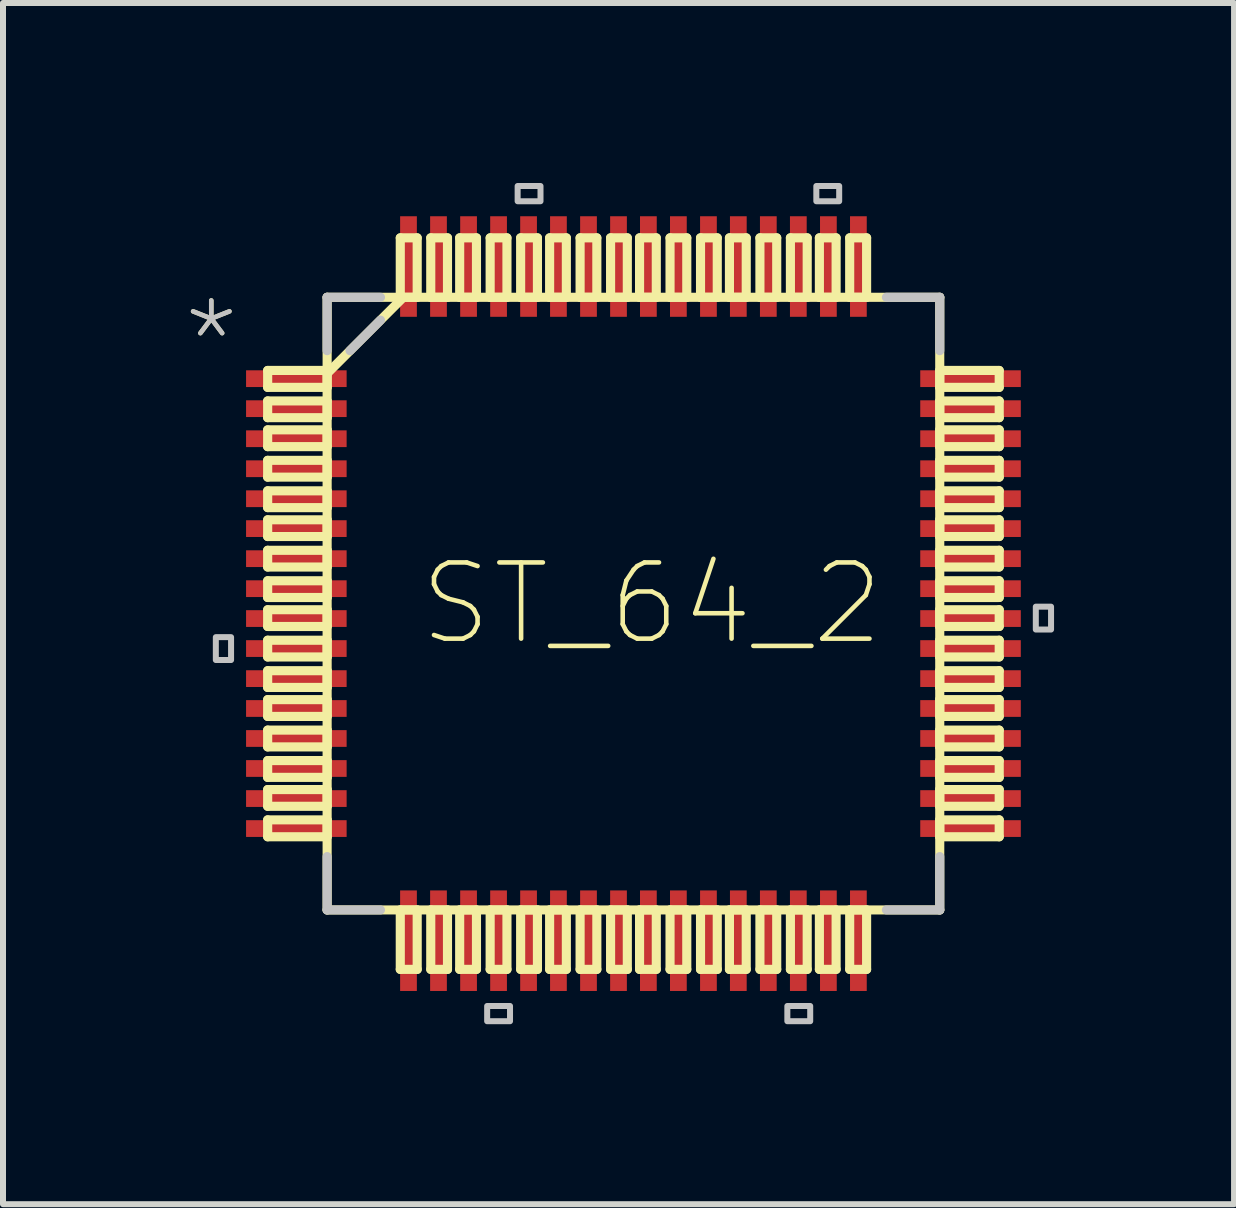
<source format=kicad_pcb>
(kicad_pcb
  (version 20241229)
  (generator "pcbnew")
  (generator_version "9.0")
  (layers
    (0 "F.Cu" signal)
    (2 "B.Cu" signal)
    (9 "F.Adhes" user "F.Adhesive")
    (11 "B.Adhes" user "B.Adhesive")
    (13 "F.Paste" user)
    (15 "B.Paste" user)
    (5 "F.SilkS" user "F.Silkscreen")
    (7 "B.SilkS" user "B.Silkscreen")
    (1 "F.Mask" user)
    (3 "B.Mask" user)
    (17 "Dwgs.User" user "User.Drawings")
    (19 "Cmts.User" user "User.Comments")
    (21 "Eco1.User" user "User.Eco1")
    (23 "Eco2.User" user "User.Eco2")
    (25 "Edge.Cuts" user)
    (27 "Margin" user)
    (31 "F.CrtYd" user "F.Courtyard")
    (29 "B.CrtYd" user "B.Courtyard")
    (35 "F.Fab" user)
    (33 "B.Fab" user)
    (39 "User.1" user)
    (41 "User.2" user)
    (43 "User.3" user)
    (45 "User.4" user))
  (footprint "ST_64_2"
    (layer "F.Cu")
    (at 7.507 7.01)
    (property "Reference" "ST_64_2" (at 0.305 0 0) (layer "F.SilkS") (effects (font (size 1.27 1.27) (thickness 0.076))))
    (attr smd)
    (fp_line (start -6.096 -3.886) (end -6.096 -3.604) (stroke (width 0.152) (type solid)) (layer "F.SilkS"))
    (fp_line (start -6.096 -3.604) (end -5.105 -3.604) (stroke (width 0.152) (type solid)) (layer "F.SilkS"))
    (fp_line (start -6.096 -3.378) (end -6.096 -3.099) (stroke (width 0.152) (type solid)) (layer "F.SilkS"))
    (fp_line (start -6.096 -3.099) (end -5.105 -3.099) (stroke (width 0.152) (type solid)) (layer "F.SilkS"))
    (fp_line (start -6.096 -2.896) (end -6.096 -2.616) (stroke (width 0.152) (type solid)) (layer "F.SilkS"))
    (fp_line (start -6.096 -2.616) (end -5.105 -2.616) (stroke (width 0.152) (type solid)) (layer "F.SilkS"))
    (fp_line (start -6.096 -2.388) (end -6.096 -2.108) (stroke (width 0.152) (type solid)) (layer "F.SilkS"))
    (fp_line (start -6.096 -2.108) (end -5.105 -2.108) (stroke (width 0.152) (type solid)) (layer "F.SilkS"))
    (fp_line (start -6.096 -1.88) (end -6.096 -1.6) (stroke (width 0.152) (type solid)) (layer "F.SilkS"))
    (fp_line (start -6.096 -1.6) (end -5.105 -1.6) (stroke (width 0.152) (type solid)) (layer "F.SilkS"))
    (fp_line (start -6.096 -1.397) (end -6.096 -1.118) (stroke (width 0.152) (type solid)) (layer "F.SilkS"))
    (fp_line (start -6.096 -1.118) (end -5.105 -1.118) (stroke (width 0.152) (type solid)) (layer "F.SilkS"))
    (fp_line (start -6.096 -0.889) (end -6.096 -0.61) (stroke (width 0.152) (type solid)) (layer "F.SilkS"))
    (fp_line (start -6.096 -0.61) (end -5.105 -0.61) (stroke (width 0.152) (type solid)) (layer "F.SilkS"))
    (fp_line (start -6.096 -0.381) (end -6.096 -0.102) (stroke (width 0.152) (type solid)) (layer "F.SilkS"))
    (fp_line (start -6.096 -0.102) (end -5.105 -0.102) (stroke (width 0.152) (type solid)) (layer "F.SilkS"))
    (fp_line (start -6.096 0.102) (end -6.096 0.381) (stroke (width 0.152) (type solid)) (layer "F.SilkS"))
    (fp_line (start -6.096 0.381) (end -5.105 0.381) (stroke (width 0.152) (type solid)) (layer "F.SilkS"))
    (fp_line (start -6.096 0.61) (end -6.096 0.889) (stroke (width 0.152) (type solid)) (layer "F.SilkS"))
    (fp_line (start -6.096 0.889) (end -5.105 0.889) (stroke (width 0.152) (type solid)) (layer "F.SilkS"))
    (fp_line (start -6.096 1.118) (end -6.096 1.397) (stroke (width 0.152) (type solid)) (layer "F.SilkS"))
    (fp_line (start -6.096 1.397) (end -5.105 1.397) (stroke (width 0.152) (type solid)) (layer "F.SilkS"))
    (fp_line (start -6.096 1.6) (end -6.096 1.88) (stroke (width 0.152) (type solid)) (layer "F.SilkS"))
    (fp_line (start -6.096 1.88) (end -5.105 1.88) (stroke (width 0.152) (type solid)) (layer "F.SilkS"))
    (fp_line (start -6.096 2.108) (end -6.096 2.388) (stroke (width 0.152) (type solid)) (layer "F.SilkS"))
    (fp_line (start -6.096 2.388) (end -5.105 2.388) (stroke (width 0.152) (type solid)) (layer "F.SilkS"))
    (fp_line (start -6.096 2.616) (end -6.096 2.896) (stroke (width 0.152) (type solid)) (layer "F.SilkS"))
    (fp_line (start -6.096 2.896) (end -5.105 2.896) (stroke (width 0.152) (type solid)) (layer "F.SilkS"))
    (fp_line (start -6.096 3.099) (end -6.096 3.378) (stroke (width 0.152) (type solid)) (layer "F.SilkS"))
    (fp_line (start -6.096 3.378) (end -5.105 3.378) (stroke (width 0.152) (type solid)) (layer "F.SilkS"))
    (fp_line (start -6.096 3.604) (end -6.096 3.886) (stroke (width 0.152) (type solid)) (layer "F.SilkS"))
    (fp_line (start -6.096 3.886) (end -5.105 3.886) (stroke (width 0.152) (type solid)) (layer "F.SilkS"))
    (fp_line (start -5.105 -5.105) (end -5.105 5.105) (stroke (width 0.152) (type solid)) (layer "F.SilkS"))
    (fp_line (start -5.105 -3.886) (end -6.096 -3.886) (stroke (width 0.152) (type solid)) (layer "F.SilkS"))
    (fp_line (start -5.105 -3.835) (end -5.105 -3.886) (stroke (width 0.152) (type solid)) (layer "F.SilkS"))
    (fp_line (start -5.105 -3.835) (end -3.835 -5.105) (stroke (width 0.152) (type solid)) (layer "F.SilkS"))
    (fp_line (start -5.105 -3.604) (end -5.105 -3.835) (stroke (width 0.152) (type solid)) (layer "F.SilkS"))
    (fp_line (start -5.105 -3.378) (end -6.096 -3.378) (stroke (width 0.152) (type solid)) (layer "F.SilkS"))
    (fp_line (start -5.105 -3.099) (end -5.105 -3.378) (stroke (width 0.152) (type solid)) (layer "F.SilkS"))
    (fp_line (start -5.105 -2.896) (end -6.096 -2.896) (stroke (width 0.152) (type solid)) (layer "F.SilkS"))
    (fp_line (start -5.105 -2.616) (end -5.105 -2.896) (stroke (width 0.152) (type solid)) (layer "F.SilkS"))
    (fp_line (start -5.105 -2.388) (end -6.096 -2.388) (stroke (width 0.152) (type solid)) (layer "F.SilkS"))
    (fp_line (start -5.105 -2.108) (end -5.105 -2.388) (stroke (width 0.152) (type solid)) (layer "F.SilkS"))
    (fp_line (start -5.105 -1.88) (end -6.096 -1.88) (stroke (width 0.152) (type solid)) (layer "F.SilkS"))
    (fp_line (start -5.105 -1.6) (end -5.105 -1.88) (stroke (width 0.152) (type solid)) (layer "F.SilkS"))
    (fp_line (start -5.105 -1.397) (end -6.096 -1.397) (stroke (width 0.152) (type solid)) (layer "F.SilkS"))
    (fp_line (start -5.105 -1.118) (end -5.105 -1.397) (stroke (width 0.152) (type solid)) (layer "F.SilkS"))
    (fp_line (start -5.105 -0.889) (end -6.096 -0.889) (stroke (width 0.152) (type solid)) (layer "F.SilkS"))
    (fp_line (start -5.105 -0.61) (end -5.105 -0.889) (stroke (width 0.152) (type solid)) (layer "F.SilkS"))
    (fp_line (start -5.105 -0.381) (end -6.096 -0.381) (stroke (width 0.152) (type solid)) (layer "F.SilkS"))
    (fp_line (start -5.105 -0.102) (end -5.105 -0.381) (stroke (width 0.152) (type solid)) (layer "F.SilkS"))
    (fp_line (start -5.105 0.102) (end -6.096 0.102) (stroke (width 0.152) (type solid)) (layer "F.SilkS"))
    (fp_line (start -5.105 0.381) (end -5.105 0.102) (stroke (width 0.152) (type solid)) (layer "F.SilkS"))
    (fp_line (start -5.105 0.61) (end -6.096 0.61) (stroke (width 0.152) (type solid)) (layer "F.SilkS"))
    (fp_line (start -5.105 0.889) (end -5.105 0.61) (stroke (width 0.152) (type solid)) (layer "F.SilkS"))
    (fp_line (start -5.105 1.118) (end -6.096 1.118) (stroke (width 0.152) (type solid)) (layer "F.SilkS"))
    (fp_line (start -5.105 1.397) (end -5.105 1.118) (stroke (width 0.152) (type solid)) (layer "F.SilkS"))
    (fp_line (start -5.105 1.6) (end -6.096 1.6) (stroke (width 0.152) (type solid)) (layer "F.SilkS"))
    (fp_line (start -5.105 1.88) (end -5.105 1.6) (stroke (width 0.152) (type solid)) (layer "F.SilkS"))
    (fp_line (start -5.105 2.108) (end -6.096 2.108) (stroke (width 0.152) (type solid)) (layer "F.SilkS"))
    (fp_line (start -5.105 2.388) (end -5.105 2.108) (stroke (width 0.152) (type solid)) (layer "F.SilkS"))
    (fp_line (start -5.105 2.616) (end -6.096 2.616) (stroke (width 0.152) (type solid)) (layer "F.SilkS"))
    (fp_line (start -5.105 2.896) (end -5.105 2.616) (stroke (width 0.152) (type solid)) (layer "F.SilkS"))
    (fp_line (start -5.105 3.099) (end -6.096 3.099) (stroke (width 0.152) (type solid)) (layer "F.SilkS"))
    (fp_line (start -5.105 3.378) (end -5.105 3.099) (stroke (width 0.152) (type solid)) (layer "F.SilkS"))
    (fp_line (start -5.105 3.604) (end -6.096 3.604) (stroke (width 0.152) (type solid)) (layer "F.SilkS"))
    (fp_line (start -5.105 3.886) (end -5.105 3.604) (stroke (width 0.152) (type solid)) (layer "F.SilkS"))
    (fp_line (start -5.105 5.105) (end 5.105 5.105) (stroke (width 0.152) (type solid)) (layer "F.SilkS"))
    (fp_line (start -3.886 -6.096) (end -3.886 -5.105) (stroke (width 0.152) (type solid)) (layer "F.SilkS"))
    (fp_line (start -3.886 -5.105) (end -3.835 -5.105) (stroke (width 0.152) (type solid)) (layer "F.SilkS"))
    (fp_line (start -3.886 5.105) (end -3.886 6.096) (stroke (width 0.152) (type solid)) (layer "F.SilkS"))
    (fp_line (start -3.886 6.096) (end -3.604 6.096) (stroke (width 0.152) (type solid)) (layer "F.SilkS"))
    (fp_line (start -3.835 -5.105) (end -3.604 -5.105) (stroke (width 0.152) (type solid)) (layer "F.SilkS"))
    (fp_line (start -3.604 -6.096) (end -3.886 -6.096) (stroke (width 0.152) (type solid)) (layer "F.SilkS"))
    (fp_line (start -3.604 -5.105) (end -3.604 -6.096) (stroke (width 0.152) (type solid)) (layer "F.SilkS"))
    (fp_line (start -3.604 5.105) (end -3.886 5.105) (stroke (width 0.152) (type solid)) (layer "F.SilkS"))
    (fp_line (start -3.604 6.096) (end -3.604 5.105) (stroke (width 0.152) (type solid)) (layer "F.SilkS"))
    (fp_line (start -3.378 -6.096) (end -3.378 -5.105) (stroke (width 0.152) (type solid)) (layer "F.SilkS"))
    (fp_line (start -3.378 -5.105) (end -3.099 -5.105) (stroke (width 0.152) (type solid)) (layer "F.SilkS"))
    (fp_line (start -3.378 5.105) (end -3.378 6.096) (stroke (width 0.152) (type solid)) (layer "F.SilkS"))
    (fp_line (start -3.378 6.096) (end -3.099 6.096) (stroke (width 0.152) (type solid)) (layer "F.SilkS"))
    (fp_line (start -3.099 -6.096) (end -3.378 -6.096) (stroke (width 0.152) (type solid)) (layer "F.SilkS"))
    (fp_line (start -3.099 -5.105) (end -3.099 -6.096) (stroke (width 0.152) (type solid)) (layer "F.SilkS"))
    (fp_line (start -3.099 5.105) (end -3.378 5.105) (stroke (width 0.152) (type solid)) (layer "F.SilkS"))
    (fp_line (start -3.099 6.096) (end -3.099 5.105) (stroke (width 0.152) (type solid)) (layer "F.SilkS"))
    (fp_line (start -2.896 -6.096) (end -2.896 -5.105) (stroke (width 0.152) (type solid)) (layer "F.SilkS"))
    (fp_line (start -2.896 -5.105) (end -2.616 -5.105) (stroke (width 0.152) (type solid)) (layer "F.SilkS"))
    (fp_line (start -2.896 5.105) (end -2.896 6.096) (stroke (width 0.152) (type solid)) (layer "F.SilkS"))
    (fp_line (start -2.896 6.096) (end -2.616 6.096) (stroke (width 0.152) (type solid)) (layer "F.SilkS"))
    (fp_line (start -2.616 -6.096) (end -2.896 -6.096) (stroke (width 0.152) (type solid)) (layer "F.SilkS"))
    (fp_line (start -2.616 -5.105) (end -2.616 -6.096) (stroke (width 0.152) (type solid)) (layer "F.SilkS"))
    (fp_line (start -2.616 5.105) (end -2.896 5.105) (stroke (width 0.152) (type solid)) (layer "F.SilkS"))
    (fp_line (start -2.616 6.096) (end -2.616 5.105) (stroke (width 0.152) (type solid)) (layer "F.SilkS"))
    (fp_line (start -2.388 -6.096) (end -2.388 -5.105) (stroke (width 0.152) (type solid)) (layer "F.SilkS"))
    (fp_line (start -2.388 -5.105) (end -2.108 -5.105) (stroke (width 0.152) (type solid)) (layer "F.SilkS"))
    (fp_line (start -2.388 5.105) (end -2.388 6.096) (stroke (width 0.152) (type solid)) (layer "F.SilkS"))
    (fp_line (start -2.388 6.096) (end -2.108 6.096) (stroke (width 0.152) (type solid)) (layer "F.SilkS"))
    (fp_line (start -2.108 -6.096) (end -2.388 -6.096) (stroke (width 0.152) (type solid)) (layer "F.SilkS"))
    (fp_line (start -2.108 -5.105) (end -2.108 -6.096) (stroke (width 0.152) (type solid)) (layer "F.SilkS"))
    (fp_line (start -2.108 5.105) (end -2.388 5.105) (stroke (width 0.152) (type solid)) (layer "F.SilkS"))
    (fp_line (start -2.108 6.096) (end -2.108 5.105) (stroke (width 0.152) (type solid)) (layer "F.SilkS"))
    (fp_line (start -1.88 -6.096) (end -1.88 -5.105) (stroke (width 0.152) (type solid)) (layer "F.SilkS"))
    (fp_line (start -1.88 -5.105) (end -1.6 -5.105) (stroke (width 0.152) (type solid)) (layer "F.SilkS"))
    (fp_line (start -1.88 5.105) (end -1.88 6.096) (stroke (width 0.152) (type solid)) (layer "F.SilkS"))
    (fp_line (start -1.88 6.096) (end -1.6 6.096) (stroke (width 0.152) (type solid)) (layer "F.SilkS"))
    (fp_line (start -1.6 -6.096) (end -1.88 -6.096) (stroke (width 0.152) (type solid)) (layer "F.SilkS"))
    (fp_line (start -1.6 -5.105) (end -1.6 -6.096) (stroke (width 0.152) (type solid)) (layer "F.SilkS"))
    (fp_line (start -1.6 5.105) (end -1.88 5.105) (stroke (width 0.152) (type solid)) (layer "F.SilkS"))
    (fp_line (start -1.6 6.096) (end -1.6 5.105) (stroke (width 0.152) (type solid)) (layer "F.SilkS"))
    (fp_line (start -1.397 -6.096) (end -1.397 -5.105) (stroke (width 0.152) (type solid)) (layer "F.SilkS"))
    (fp_line (start -1.397 -5.105) (end -1.118 -5.105) (stroke (width 0.152) (type solid)) (layer "F.SilkS"))
    (fp_line (start -1.397 5.105) (end -1.397 6.096) (stroke (width 0.152) (type solid)) (layer "F.SilkS"))
    (fp_line (start -1.397 6.096) (end -1.118 6.096) (stroke (width 0.152) (type solid)) (layer "F.SilkS"))
    (fp_line (start -1.118 -6.096) (end -1.397 -6.096) (stroke (width 0.152) (type solid)) (layer "F.SilkS"))
    (fp_line (start -1.118 -5.105) (end -1.118 -6.096) (stroke (width 0.152) (type solid)) (layer "F.SilkS"))
    (fp_line (start -1.118 5.105) (end -1.397 5.105) (stroke (width 0.152) (type solid)) (layer "F.SilkS"))
    (fp_line (start -1.118 6.096) (end -1.118 5.105) (stroke (width 0.152) (type solid)) (layer "F.SilkS"))
    (fp_line (start -0.889 -6.096) (end -0.889 -5.105) (stroke (width 0.152) (type solid)) (layer "F.SilkS"))
    (fp_line (start -0.889 -5.105) (end -0.61 -5.105) (stroke (width 0.152) (type solid)) (layer "F.SilkS"))
    (fp_line (start -0.889 5.105) (end -0.889 6.096) (stroke (width 0.152) (type solid)) (layer "F.SilkS"))
    (fp_line (start -0.889 6.096) (end -0.61 6.096) (stroke (width 0.152) (type solid)) (layer "F.SilkS"))
    (fp_line (start -0.61 -6.096) (end -0.889 -6.096) (stroke (width 0.152) (type solid)) (layer "F.SilkS"))
    (fp_line (start -0.61 -5.105) (end -0.61 -6.096) (stroke (width 0.152) (type solid)) (layer "F.SilkS"))
    (fp_line (start -0.61 5.105) (end -0.889 5.105) (stroke (width 0.152) (type solid)) (layer "F.SilkS"))
    (fp_line (start -0.61 6.096) (end -0.61 5.105) (stroke (width 0.152) (type solid)) (layer "F.SilkS"))
    (fp_line (start -0.381 -6.096) (end -0.381 -5.105) (stroke (width 0.152) (type solid)) (layer "F.SilkS"))
    (fp_line (start -0.381 -5.105) (end -0.102 -5.105) (stroke (width 0.152) (type solid)) (layer "F.SilkS"))
    (fp_line (start -0.381 5.105) (end -0.381 6.096) (stroke (width 0.152) (type solid)) (layer "F.SilkS"))
    (fp_line (start -0.381 6.096) (end -0.102 6.096) (stroke (width 0.152) (type solid)) (layer "F.SilkS"))
    (fp_line (start -0.102 -6.096) (end -0.381 -6.096) (stroke (width 0.152) (type solid)) (layer "F.SilkS"))
    (fp_line (start -0.102 -5.105) (end -0.102 -6.096) (stroke (width 0.152) (type solid)) (layer "F.SilkS"))
    (fp_line (start -0.102 5.105) (end -0.381 5.105) (stroke (width 0.152) (type solid)) (layer "F.SilkS"))
    (fp_line (start -0.102 6.096) (end -0.102 5.105) (stroke (width 0.152) (type solid)) (layer "F.SilkS"))
    (fp_line (start 0.102 -6.096) (end 0.102 -5.105) (stroke (width 0.152) (type solid)) (layer "F.SilkS"))
    (fp_line (start 0.102 -5.105) (end 0.381 -5.105) (stroke (width 0.152) (type solid)) (layer "F.SilkS"))
    (fp_line (start 0.102 5.105) (end 0.102 6.096) (stroke (width 0.152) (type solid)) (layer "F.SilkS"))
    (fp_line (start 0.102 6.096) (end 0.381 6.096) (stroke (width 0.152) (type solid)) (layer "F.SilkS"))
    (fp_line (start 0.381 -6.096) (end 0.102 -6.096) (stroke (width 0.152) (type solid)) (layer "F.SilkS"))
    (fp_line (start 0.381 -5.105) (end 0.381 -6.096) (stroke (width 0.152) (type solid)) (layer "F.SilkS"))
    (fp_line (start 0.381 5.105) (end 0.102 5.105) (stroke (width 0.152) (type solid)) (layer "F.SilkS"))
    (fp_line (start 0.381 6.096) (end 0.381 5.105) (stroke (width 0.152) (type solid)) (layer "F.SilkS"))
    (fp_line (start 0.61 -6.096) (end 0.61 -5.105) (stroke (width 0.152) (type solid)) (layer "F.SilkS"))
    (fp_line (start 0.61 -5.105) (end 0.889 -5.105) (stroke (width 0.152) (type solid)) (layer "F.SilkS"))
    (fp_line (start 0.61 5.105) (end 0.61 6.096) (stroke (width 0.152) (type solid)) (layer "F.SilkS"))
    (fp_line (start 0.61 6.096) (end 0.889 6.096) (stroke (width 0.152) (type solid)) (layer "F.SilkS"))
    (fp_line (start 0.889 -6.096) (end 0.61 -6.096) (stroke (width 0.152) (type solid)) (layer "F.SilkS"))
    (fp_line (start 0.889 -5.105) (end 0.889 -6.096) (stroke (width 0.152) (type solid)) (layer "F.SilkS"))
    (fp_line (start 0.889 5.105) (end 0.61 5.105) (stroke (width 0.152) (type solid)) (layer "F.SilkS"))
    (fp_line (start 0.889 6.096) (end 0.889 5.105) (stroke (width 0.152) (type solid)) (layer "F.SilkS"))
    (fp_line (start 1.118 -6.096) (end 1.118 -5.105) (stroke (width 0.152) (type solid)) (layer "F.SilkS"))
    (fp_line (start 1.118 -5.105) (end 1.397 -5.105) (stroke (width 0.152) (type solid)) (layer "F.SilkS"))
    (fp_line (start 1.118 5.105) (end 1.118 6.096) (stroke (width 0.152) (type solid)) (layer "F.SilkS"))
    (fp_line (start 1.118 6.096) (end 1.397 6.096) (stroke (width 0.152) (type solid)) (layer "F.SilkS"))
    (fp_line (start 1.397 -6.096) (end 1.118 -6.096) (stroke (width 0.152) (type solid)) (layer "F.SilkS"))
    (fp_line (start 1.397 -5.105) (end 1.397 -6.096) (stroke (width 0.152) (type solid)) (layer "F.SilkS"))
    (fp_line (start 1.397 5.105) (end 1.118 5.105) (stroke (width 0.152) (type solid)) (layer "F.SilkS"))
    (fp_line (start 1.397 6.096) (end 1.397 5.105) (stroke (width 0.152) (type solid)) (layer "F.SilkS"))
    (fp_line (start 1.6 -6.096) (end 1.6 -5.105) (stroke (width 0.152) (type solid)) (layer "F.SilkS"))
    (fp_line (start 1.6 -5.105) (end 1.88 -5.105) (stroke (width 0.152) (type solid)) (layer "F.SilkS"))
    (fp_line (start 1.6 5.105) (end 1.6 6.096) (stroke (width 0.152) (type solid)) (layer "F.SilkS"))
    (fp_line (start 1.6 6.096) (end 1.88 6.096) (stroke (width 0.152) (type solid)) (layer "F.SilkS"))
    (fp_line (start 1.88 -6.096) (end 1.6 -6.096) (stroke (width 0.152) (type solid)) (layer "F.SilkS"))
    (fp_line (start 1.88 -5.105) (end 1.88 -6.096) (stroke (width 0.152) (type solid)) (layer "F.SilkS"))
    (fp_line (start 1.88 5.105) (end 1.6 5.105) (stroke (width 0.152) (type solid)) (layer "F.SilkS"))
    (fp_line (start 1.88 6.096) (end 1.88 5.105) (stroke (width 0.152) (type solid)) (layer "F.SilkS"))
    (fp_line (start 2.108 -6.096) (end 2.108 -5.105) (stroke (width 0.152) (type solid)) (layer "F.SilkS"))
    (fp_line (start 2.108 -5.105) (end 2.388 -5.105) (stroke (width 0.152) (type solid)) (layer "F.SilkS"))
    (fp_line (start 2.108 5.105) (end 2.108 6.096) (stroke (width 0.152) (type solid)) (layer "F.SilkS"))
    (fp_line (start 2.108 6.096) (end 2.388 6.096) (stroke (width 0.152) (type solid)) (layer "F.SilkS"))
    (fp_line (start 2.388 -6.096) (end 2.108 -6.096) (stroke (width 0.152) (type solid)) (layer "F.SilkS"))
    (fp_line (start 2.388 -5.105) (end 2.388 -6.096) (stroke (width 0.152) (type solid)) (layer "F.SilkS"))
    (fp_line (start 2.388 5.105) (end 2.108 5.105) (stroke (width 0.152) (type solid)) (layer "F.SilkS"))
    (fp_line (start 2.388 6.096) (end 2.388 5.105) (stroke (width 0.152) (type solid)) (layer "F.SilkS"))
    (fp_line (start 2.616 -6.096) (end 2.616 -5.105) (stroke (width 0.152) (type solid)) (layer "F.SilkS"))
    (fp_line (start 2.616 -5.105) (end 2.896 -5.105) (stroke (width 0.152) (type solid)) (layer "F.SilkS"))
    (fp_line (start 2.616 5.105) (end 2.616 6.096) (stroke (width 0.152) (type solid)) (layer "F.SilkS"))
    (fp_line (start 2.616 6.096) (end 2.896 6.096) (stroke (width 0.152) (type solid)) (layer "F.SilkS"))
    (fp_line (start 2.896 -6.096) (end 2.616 -6.096) (stroke (width 0.152) (type solid)) (layer "F.SilkS"))
    (fp_line (start 2.896 -5.105) (end 2.896 -6.096) (stroke (width 0.152) (type solid)) (layer "F.SilkS"))
    (fp_line (start 2.896 5.105) (end 2.616 5.105) (stroke (width 0.152) (type solid)) (layer "F.SilkS"))
    (fp_line (start 2.896 6.096) (end 2.896 5.105) (stroke (width 0.152) (type solid)) (layer "F.SilkS"))
    (fp_line (start 3.099 -6.096) (end 3.099 -5.105) (stroke (width 0.152) (type solid)) (layer "F.SilkS"))
    (fp_line (start 3.099 -5.105) (end 3.378 -5.105) (stroke (width 0.152) (type solid)) (layer "F.SilkS"))
    (fp_line (start 3.099 5.105) (end 3.099 6.096) (stroke (width 0.152) (type solid)) (layer "F.SilkS"))
    (fp_line (start 3.099 6.096) (end 3.378 6.096) (stroke (width 0.152) (type solid)) (layer "F.SilkS"))
    (fp_line (start 3.378 -6.096) (end 3.099 -6.096) (stroke (width 0.152) (type solid)) (layer "F.SilkS"))
    (fp_line (start 3.378 -5.105) (end 3.378 -6.096) (stroke (width 0.152) (type solid)) (layer "F.SilkS"))
    (fp_line (start 3.378 5.105) (end 3.099 5.105) (stroke (width 0.152) (type solid)) (layer "F.SilkS"))
    (fp_line (start 3.378 6.096) (end 3.378 5.105) (stroke (width 0.152) (type solid)) (layer "F.SilkS"))
    (fp_line (start 3.604 -6.096) (end 3.604 -5.105) (stroke (width 0.152) (type solid)) (layer "F.SilkS"))
    (fp_line (start 3.604 -5.105) (end 3.886 -5.105) (stroke (width 0.152) (type solid)) (layer "F.SilkS"))
    (fp_line (start 3.604 5.105) (end 3.604 6.096) (stroke (width 0.152) (type solid)) (layer "F.SilkS"))
    (fp_line (start 3.604 6.096) (end 3.886 6.096) (stroke (width 0.152) (type solid)) (layer "F.SilkS"))
    (fp_line (start 3.886 -6.096) (end 3.604 -6.096) (stroke (width 0.152) (type solid)) (layer "F.SilkS"))
    (fp_line (start 3.886 -5.105) (end 3.886 -6.096) (stroke (width 0.152) (type solid)) (layer "F.SilkS"))
    (fp_line (start 3.886 5.105) (end 3.604 5.105) (stroke (width 0.152) (type solid)) (layer "F.SilkS"))
    (fp_line (start 3.886 6.096) (end 3.886 5.105) (stroke (width 0.152) (type solid)) (layer "F.SilkS"))
    (fp_line (start 5.105 -5.105) (end -5.105 -5.105) (stroke (width 0.152) (type solid)) (layer "F.SilkS"))
    (fp_line (start 5.105 -3.886) (end 5.105 -3.604) (stroke (width 0.152) (type solid)) (layer "F.SilkS"))
    (fp_line (start 5.105 -3.604) (end 6.096 -3.604) (stroke (width 0.152) (type solid)) (layer "F.SilkS"))
    (fp_line (start 5.105 -3.378) (end 5.105 -3.099) (stroke (width 0.152) (type solid)) (layer "F.SilkS"))
    (fp_line (start 5.105 -3.099) (end 6.096 -3.099) (stroke (width 0.152) (type solid)) (layer "F.SilkS"))
    (fp_line (start 5.105 -2.896) (end 5.105 -2.616) (stroke (width 0.152) (type solid)) (layer "F.SilkS"))
    (fp_line (start 5.105 -2.616) (end 6.096 -2.616) (stroke (width 0.152) (type solid)) (layer "F.SilkS"))
    (fp_line (start 5.105 -2.388) (end 5.105 -2.108) (stroke (width 0.152) (type solid)) (layer "F.SilkS"))
    (fp_line (start 5.105 -2.108) (end 6.096 -2.108) (stroke (width 0.152) (type solid)) (layer "F.SilkS"))
    (fp_line (start 5.105 -1.88) (end 5.105 -1.6) (stroke (width 0.152) (type solid)) (layer "F.SilkS"))
    (fp_line (start 5.105 -1.6) (end 6.096 -1.6) (stroke (width 0.152) (type solid)) (layer "F.SilkS"))
    (fp_line (start 5.105 -1.397) (end 5.105 -1.118) (stroke (width 0.152) (type solid)) (layer "F.SilkS"))
    (fp_line (start 5.105 -1.118) (end 6.096 -1.118) (stroke (width 0.152) (type solid)) (layer "F.SilkS"))
    (fp_line (start 5.105 -0.889) (end 5.105 -0.61) (stroke (width 0.152) (type solid)) (layer "F.SilkS"))
    (fp_line (start 5.105 -0.61) (end 6.096 -0.61) (stroke (width 0.152) (type solid)) (layer "F.SilkS"))
    (fp_line (start 5.105 -0.381) (end 5.105 -0.102) (stroke (width 0.152) (type solid)) (layer "F.SilkS"))
    (fp_line (start 5.105 -0.102) (end 6.096 -0.102) (stroke (width 0.152) (type solid)) (layer "F.SilkS"))
    (fp_line (start 5.105 0.102) (end 5.105 0.381) (stroke (width 0.152) (type solid)) (layer "F.SilkS"))
    (fp_line (start 5.105 0.381) (end 6.096 0.381) (stroke (width 0.152) (type solid)) (layer "F.SilkS"))
    (fp_line (start 5.105 0.61) (end 5.105 0.889) (stroke (width 0.152) (type solid)) (layer "F.SilkS"))
    (fp_line (start 5.105 0.889) (end 6.096 0.889) (stroke (width 0.152) (type solid)) (layer "F.SilkS"))
    (fp_line (start 5.105 1.118) (end 5.105 1.397) (stroke (width 0.152) (type solid)) (layer "F.SilkS"))
    (fp_line (start 5.105 1.397) (end 6.096 1.397) (stroke (width 0.152) (type solid)) (layer "F.SilkS"))
    (fp_line (start 5.105 1.6) (end 5.105 1.88) (stroke (width 0.152) (type solid)) (layer "F.SilkS"))
    (fp_line (start 5.105 1.88) (end 6.096 1.88) (stroke (width 0.152) (type solid)) (layer "F.SilkS"))
    (fp_line (start 5.105 2.108) (end 5.105 2.388) (stroke (width 0.152) (type solid)) (layer "F.SilkS"))
    (fp_line (start 5.105 2.388) (end 6.096 2.388) (stroke (width 0.152) (type solid)) (layer "F.SilkS"))
    (fp_line (start 5.105 2.616) (end 5.105 2.896) (stroke (width 0.152) (type solid)) (layer "F.SilkS"))
    (fp_line (start 5.105 2.896) (end 6.096 2.896) (stroke (width 0.152) (type solid)) (layer "F.SilkS"))
    (fp_line (start 5.105 3.099) (end 5.105 3.378) (stroke (width 0.152) (type solid)) (layer "F.SilkS"))
    (fp_line (start 5.105 3.378) (end 6.096 3.378) (stroke (width 0.152) (type solid)) (layer "F.SilkS"))
    (fp_line (start 5.105 3.604) (end 5.105 3.886) (stroke (width 0.152) (type solid)) (layer "F.SilkS"))
    (fp_line (start 5.105 3.886) (end 6.096 3.886) (stroke (width 0.152) (type solid)) (layer "F.SilkS"))
    (fp_line (start 5.105 5.105) (end 5.105 -5.105) (stroke (width 0.152) (type solid)) (layer "F.SilkS"))
    (fp_line (start 6.096 -3.886) (end 5.105 -3.886) (stroke (width 0.152) (type solid)) (layer "F.SilkS"))
    (fp_line (start 6.096 -3.604) (end 6.096 -3.886) (stroke (width 0.152) (type solid)) (layer "F.SilkS"))
    (fp_line (start 6.096 -3.378) (end 5.105 -3.378) (stroke (width 0.152) (type solid)) (layer "F.SilkS"))
    (fp_line (start 6.096 -3.099) (end 6.096 -3.378) (stroke (width 0.152) (type solid)) (layer "F.SilkS"))
    (fp_line (start 6.096 -2.896) (end 5.105 -2.896) (stroke (width 0.152) (type solid)) (layer "F.SilkS"))
    (fp_line (start 6.096 -2.616) (end 6.096 -2.896) (stroke (width 0.152) (type solid)) (layer "F.SilkS"))
    (fp_line (start 6.096 -2.388) (end 5.105 -2.388) (stroke (width 0.152) (type solid)) (layer "F.SilkS"))
    (fp_line (start 6.096 -2.108) (end 6.096 -2.388) (stroke (width 0.152) (type solid)) (layer "F.SilkS"))
    (fp_line (start 6.096 -1.88) (end 5.105 -1.88) (stroke (width 0.152) (type solid)) (layer "F.SilkS"))
    (fp_line (start 6.096 -1.6) (end 6.096 -1.88) (stroke (width 0.152) (type solid)) (layer "F.SilkS"))
    (fp_line (start 6.096 -1.397) (end 5.105 -1.397) (stroke (width 0.152) (type solid)) (layer "F.SilkS"))
    (fp_line (start 6.096 -1.118) (end 6.096 -1.397) (stroke (width 0.152) (type solid)) (layer "F.SilkS"))
    (fp_line (start 6.096 -0.889) (end 5.105 -0.889) (stroke (width 0.152) (type solid)) (layer "F.SilkS"))
    (fp_line (start 6.096 -0.61) (end 6.096 -0.889) (stroke (width 0.152) (type solid)) (layer "F.SilkS"))
    (fp_line (start 6.096 -0.381) (end 5.105 -0.381) (stroke (width 0.152) (type solid)) (layer "F.SilkS"))
    (fp_line (start 6.096 -0.102) (end 6.096 -0.381) (stroke (width 0.152) (type solid)) (layer "F.SilkS"))
    (fp_line (start 6.096 0.102) (end 5.105 0.102) (stroke (width 0.152) (type solid)) (layer "F.SilkS"))
    (fp_line (start 6.096 0.381) (end 6.096 0.102) (stroke (width 0.152) (type solid)) (layer "F.SilkS"))
    (fp_line (start 6.096 0.61) (end 5.105 0.61) (stroke (width 0.152) (type solid)) (layer "F.SilkS"))
    (fp_line (start 6.096 0.889) (end 6.096 0.61) (stroke (width 0.152) (type solid)) (layer "F.SilkS"))
    (fp_line (start 6.096 1.118) (end 5.105 1.118) (stroke (width 0.152) (type solid)) (layer "F.SilkS"))
    (fp_line (start 6.096 1.397) (end 6.096 1.118) (stroke (width 0.152) (type solid)) (layer "F.SilkS"))
    (fp_line (start 6.096 1.6) (end 5.105 1.6) (stroke (width 0.152) (type solid)) (layer "F.SilkS"))
    (fp_line (start 6.096 1.88) (end 6.096 1.6) (stroke (width 0.152) (type solid)) (layer "F.SilkS"))
    (fp_line (start 6.096 2.108) (end 5.105 2.108) (stroke (width 0.152) (type solid)) (layer "F.SilkS"))
    (fp_line (start 6.096 2.388) (end 6.096 2.108) (stroke (width 0.152) (type solid)) (layer "F.SilkS"))
    (fp_line (start 6.096 2.616) (end 5.105 2.616) (stroke (width 0.152) (type solid)) (layer "F.SilkS"))
    (fp_line (start 6.096 2.896) (end 6.096 2.616) (stroke (width 0.152) (type solid)) (layer "F.SilkS"))
    (fp_line (start 6.096 3.099) (end 5.105 3.099) (stroke (width 0.152) (type solid)) (layer "F.SilkS"))
    (fp_line (start 6.096 3.378) (end 6.096 3.099) (stroke (width 0.152) (type solid)) (layer "F.SilkS"))
    (fp_line (start 6.096 3.604) (end 5.105 3.604) (stroke (width 0.152) (type solid)) (layer "F.SilkS"))
    (fp_line (start 6.096 3.886) (end 6.096 3.604) (stroke (width 0.152) (type solid)) (layer "F.SilkS"))
    (fp_line (start -5.105 -5.105) (end -5.105 -4.216) (stroke (width 0.152) (type solid)) (layer "Dwgs.User"))
    (fp_line (start -5.105 4.216) (end -5.105 5.105) (stroke (width 0.152) (type solid)) (layer "Dwgs.User"))
    (fp_line (start -5.105 5.105) (end -4.216 5.105) (stroke (width 0.152) (type solid)) (layer "Dwgs.User"))
    (fp_line (start -4.724 -4.216) (end -4.216 -4.724) (stroke (width 0.152) (type solid)) (layer "Dwgs.User"))
    (fp_line (start -4.216 -5.105) (end -5.105 -5.105) (stroke (width 0.152) (type solid)) (layer "Dwgs.User"))
    (fp_line (start 4.216 5.105) (end 5.105 5.105) (stroke (width 0.152) (type solid)) (layer "Dwgs.User"))
    (fp_line (start 5.105 -5.105) (end 4.216 -5.105) (stroke (width 0.152) (type solid)) (layer "Dwgs.User"))
    (fp_line (start 5.105 -4.216) (end 5.105 -5.105) (stroke (width 0.152) (type solid)) (layer "Dwgs.User"))
    (fp_line (start 5.105 5.105) (end 5.105 4.216) (stroke (width 0.152) (type solid)) (layer "Dwgs.User"))
    (fp_poly (pts (xy -6.96 0.559) (xy -6.96 0.94) (xy -6.706 0.94) (xy -6.706 0.559) (xy -6.96 0.559)) (stroke (width 0.1) (type solid)) (fill no) (layer "Dwgs.User"))
    (fp_poly (pts (xy -2.438 6.706) (xy -2.438 6.96) (xy -2.057 6.96) (xy -2.057 6.706) (xy -2.438 6.706)) (stroke (width 0.1) (type solid)) (fill no) (layer "Dwgs.User"))
    (fp_poly (pts (xy -1.93 -6.706) (xy -1.93 -6.96) (xy -1.549 -6.96) (xy -1.549 -6.706) (xy -1.93 -6.706)) (stroke (width 0.1) (type solid)) (fill no) (layer "Dwgs.User"))
    (fp_poly (pts (xy 2.565 6.706) (xy 2.565 6.96) (xy 2.946 6.96) (xy 2.946 6.706) (xy 2.565 6.706)) (stroke (width 0.1) (type solid)) (fill no) (layer "Dwgs.User"))
    (fp_poly (pts (xy 3.048 -6.706) (xy 3.048 -6.96) (xy 3.429 -6.96) (xy 3.429 -6.706) (xy 3.048 -6.706)) (stroke (width 0.1) (type solid)) (fill no) (layer "Dwgs.User"))
    (fp_poly (pts (xy 6.96 0.051) (xy 6.96 0.432) (xy 6.706 0.432) (xy 6.706 0.051) (xy 6.96 0.051)) (stroke (width 0.1) (type solid)) (fill no) (layer "Dwgs.User"))
    (fp_text user "*" (at -7.036 -4.366 0) (layer "F.SilkS") (effects (font (size 1.27 1.27) (thickness 0.076))))
    (fp_text user "*" (at -7.036 -4.366 0) (layer "Dwgs.User") (effects (font (size 1.27 1.27) (thickness 0.076))))
    (pad "1" smd rect (at -5.618 -3.749 270) (size 0.279 1.676) (layers "F.Cu" "F.Mask" "F.Paste"))
    (pad "2" smd rect (at -5.618 -3.249 270) (size 0.279 1.676) (layers "F.Cu" "F.Mask" "F.Paste"))
    (pad "3" smd rect (at -5.618 -2.748 270) (size 0.279 1.676) (layers "F.Cu" "F.Mask" "F.Paste"))
    (pad "4" smd rect (at -5.618 -2.248 270) (size 0.279 1.676) (layers "F.Cu" "F.Mask" "F.Paste"))
    (pad "5" smd rect (at -5.618 -1.748 270) (size 0.279 1.676) (layers "F.Cu" "F.Mask" "F.Paste"))
    (pad "6" smd rect (at -5.618 -1.25 270) (size 0.279 1.676) (layers "F.Cu" "F.Mask" "F.Paste"))
    (pad "7" smd rect (at -5.618 -0.749 270) (size 0.279 1.676) (layers "F.Cu" "F.Mask" "F.Paste"))
    (pad "8" smd rect (at -5.618 -0.249 270) (size 0.279 1.676) (layers "F.Cu" "F.Mask" "F.Paste"))
    (pad "9" smd rect (at -5.618 0.249 270) (size 0.279 1.676) (layers "F.Cu" "F.Mask" "F.Paste"))
    (pad "10" smd rect (at -5.618 0.749 270) (size 0.279 1.676) (layers "F.Cu" "F.Mask" "F.Paste"))
    (pad "11" smd rect (at -5.618 1.25 270) (size 0.279 1.676) (layers "F.Cu" "F.Mask" "F.Paste"))
    (pad "12" smd rect (at -5.618 1.748 270) (size 0.279 1.676) (layers "F.Cu" "F.Mask" "F.Paste"))
    (pad "13" smd rect (at -5.618 2.248 270) (size 0.279 1.676) (layers "F.Cu" "F.Mask" "F.Paste"))
    (pad "14" smd rect (at -5.618 2.748 270) (size 0.279 1.676) (layers "F.Cu" "F.Mask" "F.Paste"))
    (pad "15" smd rect (at -5.618 3.249 270) (size 0.279 1.676) (layers "F.Cu" "F.Mask" "F.Paste"))
    (pad "16" smd rect (at -5.618 3.749 270) (size 0.279 1.676) (layers "F.Cu" "F.Mask" "F.Paste"))
    (pad "17" smd rect (at -3.749 5.618 180) (size 0.279 1.676) (layers "F.Cu" "F.Mask" "F.Paste"))
    (pad "18" smd rect (at -3.249 5.618 180) (size 0.279 1.676) (layers "F.Cu" "F.Mask" "F.Paste"))
    (pad "19" smd rect (at -2.748 5.618 180) (size 0.279 1.676) (layers "F.Cu" "F.Mask" "F.Paste"))
    (pad "20" smd rect (at -2.248 5.618 180) (size 0.279 1.676) (layers "F.Cu" "F.Mask" "F.Paste"))
    (pad "21" smd rect (at -1.748 5.618 180) (size 0.279 1.676) (layers "F.Cu" "F.Mask" "F.Paste"))
    (pad "22" smd rect (at -1.25 5.618 180) (size 0.279 1.676) (layers "F.Cu" "F.Mask" "F.Paste"))
    (pad "23" smd rect (at -0.749 5.618 180) (size 0.279 1.676) (layers "F.Cu" "F.Mask" "F.Paste"))
    (pad "24" smd rect (at -0.249 5.618 180) (size 0.279 1.676) (layers "F.Cu" "F.Mask" "F.Paste"))
    (pad "25" smd rect (at 0.249 5.618 180) (size 0.279 1.676) (layers "F.Cu" "F.Mask" "F.Paste"))
    (pad "26" smd rect (at 0.749 5.618 180) (size 0.279 1.676) (layers "F.Cu" "F.Mask" "F.Paste"))
    (pad "27" smd rect (at 1.25 5.618 180) (size 0.279 1.676) (layers "F.Cu" "F.Mask" "F.Paste"))
    (pad "28" smd rect (at 1.748 5.618 180) (size 0.279 1.676) (layers "F.Cu" "F.Mask" "F.Paste"))
    (pad "29" smd rect (at 2.248 5.618 180) (size 0.279 1.676) (layers "F.Cu" "F.Mask" "F.Paste"))
    (pad "30" smd rect (at 2.748 5.618 180) (size 0.279 1.676) (layers "F.Cu" "F.Mask" "F.Paste"))
    (pad "31" smd rect (at 3.249 5.618 180) (size 0.279 1.676) (layers "F.Cu" "F.Mask" "F.Paste"))
    (pad "32" smd rect (at 3.749 5.618 180) (size 0.279 1.676) (layers "F.Cu" "F.Mask" "F.Paste"))
    (pad "33" smd rect (at 5.618 3.749 270) (size 0.279 1.676) (layers "F.Cu" "F.Mask" "F.Paste"))
    (pad "34" smd rect (at 5.618 3.249 270) (size 0.279 1.676) (layers "F.Cu" "F.Mask" "F.Paste"))
    (pad "35" smd rect (at 5.618 2.748 270) (size 0.279 1.676) (layers "F.Cu" "F.Mask" "F.Paste"))
    (pad "36" smd rect (at 5.618 2.248 270) (size 0.279 1.676) (layers "F.Cu" "F.Mask" "F.Paste"))
    (pad "37" smd rect (at 5.618 1.748 270) (size 0.279 1.676) (layers "F.Cu" "F.Mask" "F.Paste"))
    (pad "38" smd rect (at 5.618 1.25 270) (size 0.279 1.676) (layers "F.Cu" "F.Mask" "F.Paste"))
    (pad "39" smd rect (at 5.618 0.749 270) (size 0.279 1.676) (layers "F.Cu" "F.Mask" "F.Paste"))
    (pad "40" smd rect (at 5.618 0.249 270) (size 0.279 1.676) (layers "F.Cu" "F.Mask" "F.Paste"))
    (pad "41" smd rect (at 5.618 -0.249 270) (size 0.279 1.676) (layers "F.Cu" "F.Mask" "F.Paste"))
    (pad "42" smd rect (at 5.618 -0.749 270) (size 0.279 1.676) (layers "F.Cu" "F.Mask" "F.Paste"))
    (pad "43" smd rect (at 5.618 -1.25 270) (size 0.279 1.676) (layers "F.Cu" "F.Mask" "F.Paste"))
    (pad "44" smd rect (at 5.618 -1.748 270) (size 0.279 1.676) (layers "F.Cu" "F.Mask" "F.Paste"))
    (pad "45" smd rect (at 5.618 -2.248 270) (size 0.279 1.676) (layers "F.Cu" "F.Mask" "F.Paste"))
    (pad "46" smd rect (at 5.618 -2.748 270) (size 0.279 1.676) (layers "F.Cu" "F.Mask" "F.Paste"))
    (pad "47" smd rect (at 5.618 -3.249 270) (size 0.279 1.676) (layers "F.Cu" "F.Mask" "F.Paste"))
    (pad "48" smd rect (at 5.618 -3.749 270) (size 0.279 1.676) (layers "F.Cu" "F.Mask" "F.Paste"))
    (pad "49" smd rect (at 3.749 -5.618 180) (size 0.279 1.676) (layers "F.Cu" "F.Mask" "F.Paste"))
    (pad "50" smd rect (at 3.249 -5.618 180) (size 0.279 1.676) (layers "F.Cu" "F.Mask" "F.Paste"))
    (pad "51" smd rect (at 2.748 -5.618 180) (size 0.279 1.676) (layers "F.Cu" "F.Mask" "F.Paste"))
    (pad "52" smd rect (at 2.248 -5.618 180) (size 0.279 1.676) (layers "F.Cu" "F.Mask" "F.Paste"))
    (pad "53" smd rect (at 1.748 -5.618 180) (size 0.279 1.676) (layers "F.Cu" "F.Mask" "F.Paste"))
    (pad "54" smd rect (at 1.25 -5.618 180) (size 0.279 1.676) (layers "F.Cu" "F.Mask" "F.Paste"))
    (pad "55" smd rect (at 0.749 -5.618 180) (size 0.279 1.676) (layers "F.Cu" "F.Mask" "F.Paste"))
    (pad "56" smd rect (at 0.249 -5.618 180) (size 0.279 1.676) (layers "F.Cu" "F.Mask" "F.Paste"))
    (pad "57" smd rect (at -0.249 -5.618 180) (size 0.279 1.676) (layers "F.Cu" "F.Mask" "F.Paste"))
    (pad "58" smd rect (at -0.749 -5.618 180) (size 0.279 1.676) (layers "F.Cu" "F.Mask" "F.Paste"))
    (pad "59" smd rect (at -1.25 -5.618 180) (size 0.279 1.676) (layers "F.Cu" "F.Mask" "F.Paste"))
    (pad "60" smd rect (at -1.748 -5.618 180) (size 0.279 1.676) (layers "F.Cu" "F.Mask" "F.Paste"))
    (pad "61" smd rect (at -2.248 -5.618 180) (size 0.279 1.676) (layers "F.Cu" "F.Mask" "F.Paste"))
    (pad "62" smd rect (at -2.748 -5.618 180) (size 0.279 1.676) (layers "F.Cu" "F.Mask" "F.Paste"))
    (pad "63" smd rect (at -3.249 -5.618 180) (size 0.279 1.676) (layers "F.Cu" "F.Mask" "F.Paste"))
    (pad "64" smd rect (at -3.749 -5.618 180) (size 0.279 1.676) (layers "F.Cu" "F.Mask" "F.Paste")))
  (gr_rect
    (start -3 -3)
    (end 17.517 17.019)
    (stroke (width 0.1) (type default))
    (fill no)
    (layer "Edge.Cuts")))
</source>
